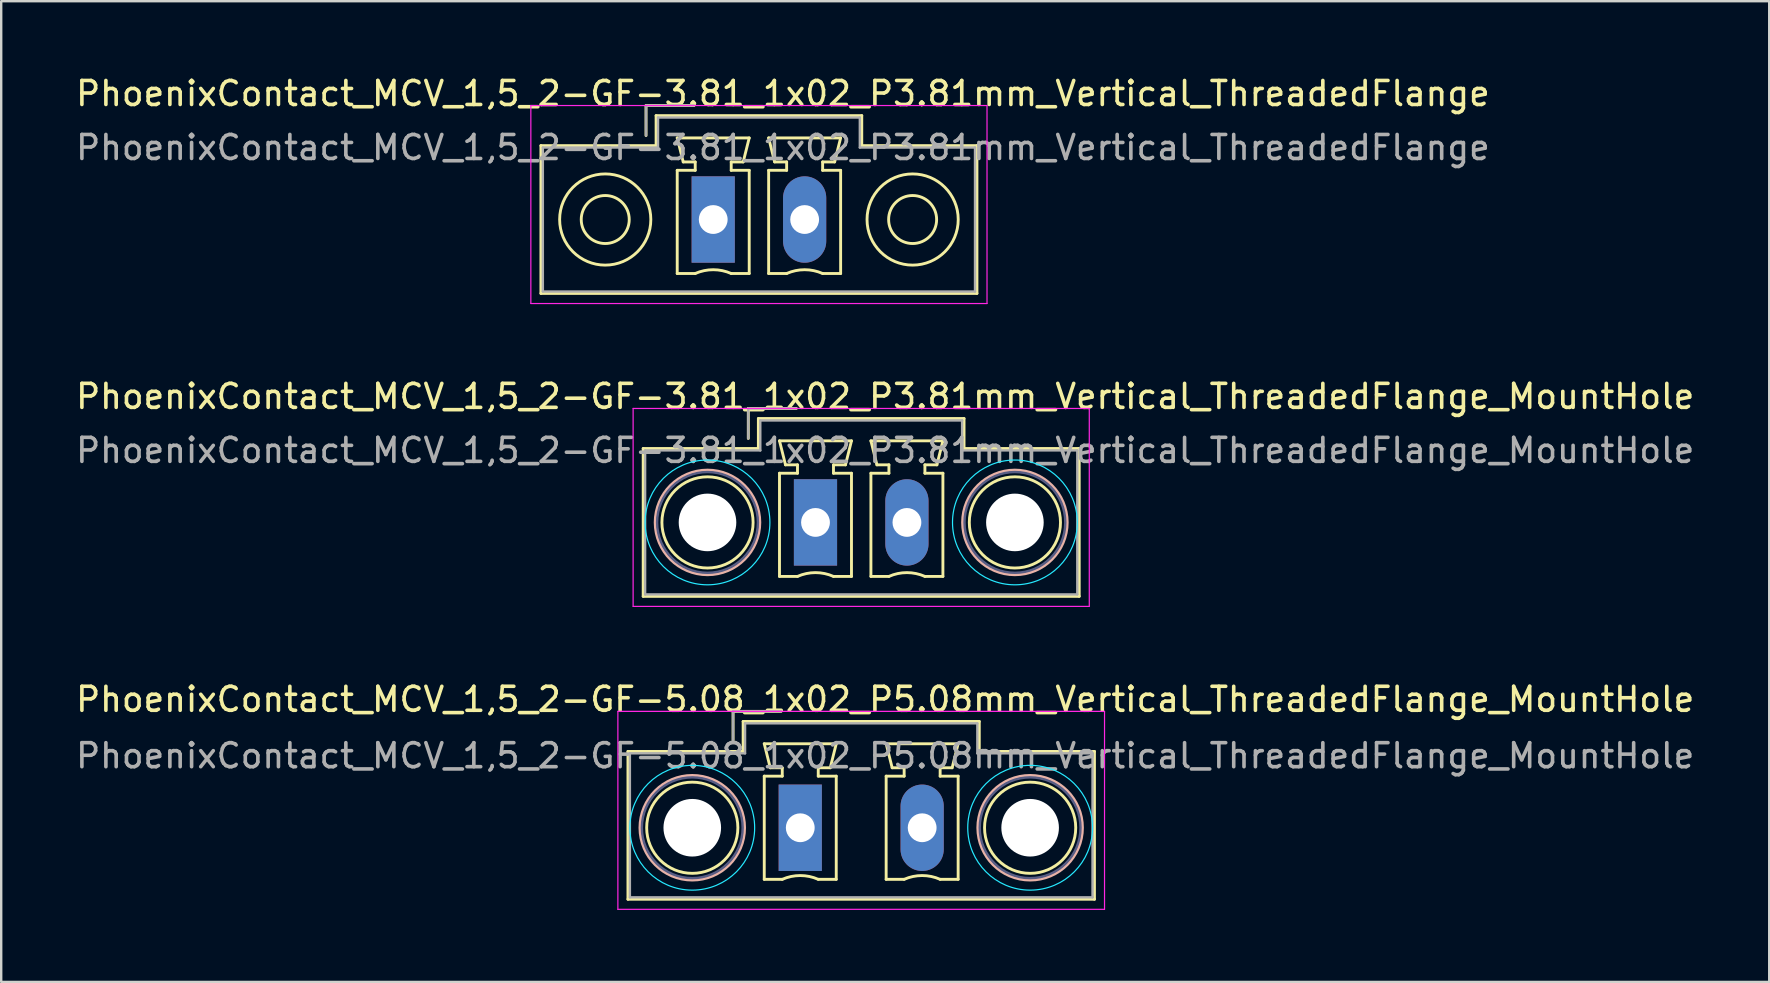
<source format=kicad_pcb>
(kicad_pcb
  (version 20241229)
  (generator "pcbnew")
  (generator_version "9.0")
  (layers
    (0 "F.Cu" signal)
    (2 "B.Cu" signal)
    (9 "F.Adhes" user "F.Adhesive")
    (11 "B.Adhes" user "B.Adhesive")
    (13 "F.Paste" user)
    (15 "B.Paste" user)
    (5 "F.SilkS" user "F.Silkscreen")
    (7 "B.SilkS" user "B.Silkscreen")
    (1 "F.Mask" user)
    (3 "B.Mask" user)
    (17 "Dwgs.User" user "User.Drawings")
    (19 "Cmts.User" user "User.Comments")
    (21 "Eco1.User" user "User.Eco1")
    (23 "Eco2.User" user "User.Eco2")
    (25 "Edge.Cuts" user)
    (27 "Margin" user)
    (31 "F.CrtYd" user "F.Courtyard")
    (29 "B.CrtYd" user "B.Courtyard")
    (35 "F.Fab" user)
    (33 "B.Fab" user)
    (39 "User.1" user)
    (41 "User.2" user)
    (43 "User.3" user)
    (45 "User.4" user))
  (footprint "PhoenixContact_MCV_1,5_2-GF-3.81_1x02_P3.81mm_Vertical_ThreadedFlange_MountHole"
    (layer "F.Cu")
    (at 30.934 18.721)
    (property "Reference" "PhoenixContact_MCV_1,5_2-GF-3.81_1x02_P3.81mm_Vertical_ThreadedFlange_MountHole" (at 2.905 -5.25 0) (layer "F.SilkS") (effects (font (size 1 1) (thickness 0.15))))
    (attr through_hole)
    (fp_line (start -7.18 -3.08) (end -7.18 3.08) (stroke (width 0.12) (type solid)) (layer "F.SilkS"))
    (fp_line (start -7.18 3.08) (end 10.99 3.08) (stroke (width 0.12) (type solid)) (layer "F.SilkS"))
    (fp_line (start -2.8 -4.75) (end -0.8 -4.75) (stroke (width 0.12) (type solid)) (layer "F.SilkS"))
    (fp_line (start -2.8 -3.5) (end -2.8 -4.75) (stroke (width 0.12) (type solid)) (layer "F.SilkS"))
    (fp_line (start -2.38 -4.33) (end -2.38 -3.08) (stroke (width 0.12) (type solid)) (layer "F.SilkS"))
    (fp_line (start -2.38 -3.08) (end -7.18 -3.08) (stroke (width 0.12) (type solid)) (layer "F.SilkS"))
    (fp_line (start -1.5 -3.4) (end 1.5 -3.4) (stroke (width 0.12) (type solid)) (layer "F.SilkS"))
    (fp_line (start -1.5 -2.05) (end -0.75 -2.05) (stroke (width 0.12) (type solid)) (layer "F.SilkS"))
    (fp_line (start -1.5 2.25) (end -1.5 -2.05) (stroke (width 0.12) (type solid)) (layer "F.SilkS"))
    (fp_line (start -1.25 -2.4) (end -1.5 -3.4) (stroke (width 0.12) (type solid)) (layer "F.SilkS"))
    (fp_line (start -0.75 -2.4) (end -1.25 -2.4) (stroke (width 0.12) (type solid)) (layer "F.SilkS"))
    (fp_line (start -0.75 -2.05) (end -0.75 -2.4) (stroke (width 0.12) (type solid)) (layer "F.SilkS"))
    (fp_line (start -0.75 2.25) (end -1.5 2.25) (stroke (width 0.12) (type solid)) (layer "F.SilkS"))
    (fp_line (start 0.75 -2.4) (end 0.75 -2.05) (stroke (width 0.12) (type solid)) (layer "F.SilkS"))
    (fp_line (start 0.75 -2.05) (end 1.5 -2.05) (stroke (width 0.12) (type solid)) (layer "F.SilkS"))
    (fp_line (start 1.25 -2.4) (end 0.75 -2.4) (stroke (width 0.12) (type solid)) (layer "F.SilkS"))
    (fp_line (start 1.5 -3.4) (end 1.25 -2.4) (stroke (width 0.12) (type solid)) (layer "F.SilkS"))
    (fp_line (start 1.5 -2.05) (end 1.5 2.25) (stroke (width 0.12) (type solid)) (layer "F.SilkS"))
    (fp_line (start 1.5 2.25) (end 0.75 2.25) (stroke (width 0.12) (type solid)) (layer "F.SilkS"))
    (fp_line (start 2.31 -3.4) (end 5.31 -3.4) (stroke (width 0.12) (type solid)) (layer "F.SilkS"))
    (fp_line (start 2.31 -2.05) (end 3.06 -2.05) (stroke (width 0.12) (type solid)) (layer "F.SilkS"))
    (fp_line (start 2.31 2.25) (end 2.31 -2.05) (stroke (width 0.12) (type solid)) (layer "F.SilkS"))
    (fp_line (start 2.56 -2.4) (end 2.31 -3.4) (stroke (width 0.12) (type solid)) (layer "F.SilkS"))
    (fp_line (start 3.06 -2.4) (end 2.56 -2.4) (stroke (width 0.12) (type solid)) (layer "F.SilkS"))
    (fp_line (start 3.06 -2.05) (end 3.06 -2.4) (stroke (width 0.12) (type solid)) (layer "F.SilkS"))
    (fp_line (start 3.06 2.25) (end 2.31 2.25) (stroke (width 0.12) (type solid)) (layer "F.SilkS"))
    (fp_line (start 4.56 -2.4) (end 4.56 -2.05) (stroke (width 0.12) (type solid)) (layer "F.SilkS"))
    (fp_line (start 4.56 -2.05) (end 5.31 -2.05) (stroke (width 0.12) (type solid)) (layer "F.SilkS"))
    (fp_line (start 5.06 -2.4) (end 4.56 -2.4) (stroke (width 0.12) (type solid)) (layer "F.SilkS"))
    (fp_line (start 5.31 -3.4) (end 5.06 -2.4) (stroke (width 0.12) (type solid)) (layer "F.SilkS"))
    (fp_line (start 5.31 -2.05) (end 5.31 2.25) (stroke (width 0.12) (type solid)) (layer "F.SilkS"))
    (fp_line (start 5.31 2.25) (end 4.56 2.25) (stroke (width 0.12) (type solid)) (layer "F.SilkS"))
    (fp_line (start 6.19 -4.33) (end -2.38 -4.33) (stroke (width 0.12) (type solid)) (layer "F.SilkS"))
    (fp_line (start 6.19 -3.08) (end 6.19 -4.33) (stroke (width 0.12) (type solid)) (layer "F.SilkS"))
    (fp_line (start 10.99 -3.08) (end 6.19 -3.08) (stroke (width 0.12) (type solid)) (layer "F.SilkS"))
    (fp_line (start 10.99 3.08) (end 10.99 -3.08) (stroke (width 0.12) (type solid)) (layer "F.SilkS"))
    (fp_arc (start -0.75 2.25) (mid -0.000193 2.09191) (end 0.749647 2.249844) (stroke (width 0.12) (type solid)) (layer "F.SilkS"))
    (fp_arc (start 3.06 2.25) (mid 3.809807 2.09191) (end 4.559647 2.249844) (stroke (width 0.12) (type solid)) (layer "F.SilkS"))
    (fp_circle (center -4.5 0) (end -2.6 0) (stroke (width 0.12) (type solid)) (fill no) (layer "F.SilkS"))
    (fp_circle (center 8.31 0) (end 10.21 0) (stroke (width 0.12) (type solid)) (fill no) (layer "F.SilkS"))
    (fp_circle (center -4.5 0) (end -2.32 0) (stroke (width 0.12) (type solid)) (fill no) (layer "B.SilkS"))
    (fp_circle (center 8.31 0) (end 10.49 0) (stroke (width 0.12) (type solid)) (fill no) (layer "B.SilkS"))
    (fp_circle (center -4.5 0) (end -1.9 0) (stroke (width 0.05) (type solid)) (fill no) (layer "B.CrtYd"))
    (fp_circle (center 8.31 0) (end 10.91 0) (stroke (width 0.05) (type solid)) (fill no) (layer "B.CrtYd"))
    (fp_line (start -7.6 -4.75) (end -7.6 3.5) (stroke (width 0.05) (type solid)) (layer "F.CrtYd"))
    (fp_line (start -7.6 3.5) (end 11.41 3.5) (stroke (width 0.05) (type solid)) (layer "F.CrtYd"))
    (fp_line (start 11.41 -4.75) (end -7.6 -4.75) (stroke (width 0.05) (type solid)) (layer "F.CrtYd"))
    (fp_line (start 11.41 3.5) (end 11.41 -4.75) (stroke (width 0.05) (type solid)) (layer "F.CrtYd"))
    (fp_circle (center -4.5 0) (end -2.4 0) (stroke (width 0.1) (type solid)) (fill no) (layer "B.Fab"))
    (fp_circle (center 8.31 0) (end 10.41 0) (stroke (width 0.1) (type solid)) (fill no) (layer "B.Fab"))
    (fp_line (start -7.1 -3) (end -7.1 3) (stroke (width 0.1) (type solid)) (layer "F.Fab"))
    (fp_line (start -7.1 3) (end 10.91 3) (stroke (width 0.1) (type solid)) (layer "F.Fab"))
    (fp_line (start -2.8 -4.75) (end -0.8 -4.75) (stroke (width 0.1) (type solid)) (layer "F.Fab"))
    (fp_line (start -2.8 -3.5) (end -2.8 -4.75) (stroke (width 0.1) (type solid)) (layer "F.Fab"))
    (fp_line (start -2.3 -4.25) (end -2.3 -3) (stroke (width 0.1) (type solid)) (layer "F.Fab"))
    (fp_line (start -2.3 -3) (end -7.1 -3) (stroke (width 0.1) (type solid)) (layer "F.Fab"))
    (fp_line (start 6.11 -4.25) (end -2.3 -4.25) (stroke (width 0.1) (type solid)) (layer "F.Fab"))
    (fp_line (start 6.11 -3) (end 6.11 -4.25) (stroke (width 0.1) (type solid)) (layer "F.Fab"))
    (fp_line (start 10.91 -3) (end 6.11 -3) (stroke (width 0.1) (type solid)) (layer "F.Fab"))
    (fp_line (start 10.91 3) (end 10.91 -3) (stroke (width 0.1) (type solid)) (layer "F.Fab"))
    (fp_text user "${REFERENCE}" (at 2.905 -3 0) (layer "F.Fab") (effects (font (size 1 1) (thickness 0.15))))
    (pad "" np_thru_hole circle (at -4.5 0) (size 2.4 2.4) (drill 2.4) (layers "*.Cu" "*.Mask"))
    (pad "" np_thru_hole circle (at 8.31 0) (size 2.4 2.4) (drill 2.4) (layers "*.Cu" "*.Mask"))
    (pad "1" thru_hole rect (at 0 0) (size 1.8 3.6) (drill 1.2) (layers "*.Cu" "*.Mask"))
    (pad "2" thru_hole oval (at 3.81 0) (size 1.8 3.6) (drill 1.2) (layers "*.Cu" "*.Mask")))
  (footprint "PhoenixContact_MCV_1,5_2-GF-5.08_1x02_P5.08mm_Vertical_ThreadedFlange_MountHole"
    (layer "F.Cu")
    (at 30.299 31.445)
    (property "Reference" "PhoenixContact_MCV_1,5_2-GF-5.08_1x02_P5.08mm_Vertical_ThreadedFlange_MountHole" (at 3.54 -5.35 0) (layer "F.SilkS") (effects (font (size 1 1) (thickness 0.15))))
    (attr through_hole)
    (fp_line (start -7.18 -3.18) (end -7.18 2.98) (stroke (width 0.12) (type solid)) (layer "F.SilkS"))
    (fp_line (start -7.18 2.98) (end 12.26 2.98) (stroke (width 0.12) (type solid)) (layer "F.SilkS"))
    (fp_line (start -2.8 -4.85) (end -0.8 -4.85) (stroke (width 0.12) (type solid)) (layer "F.SilkS"))
    (fp_line (start -2.8 -3.6) (end -2.8 -4.85) (stroke (width 0.12) (type solid)) (layer "F.SilkS"))
    (fp_line (start -2.38 -4.43) (end -2.38 -3.18) (stroke (width 0.12) (type solid)) (layer "F.SilkS"))
    (fp_line (start -2.38 -3.18) (end -7.18 -3.18) (stroke (width 0.12) (type solid)) (layer "F.SilkS"))
    (fp_line (start -1.5 -3.5) (end 1.5 -3.5) (stroke (width 0.12) (type solid)) (layer "F.SilkS"))
    (fp_line (start -1.5 -2.15) (end -0.75 -2.15) (stroke (width 0.12) (type solid)) (layer "F.SilkS"))
    (fp_line (start -1.5 2.15) (end -1.5 -2.15) (stroke (width 0.12) (type solid)) (layer "F.SilkS"))
    (fp_line (start -1.25 -2.5) (end -1.5 -3.5) (stroke (width 0.12) (type solid)) (layer "F.SilkS"))
    (fp_line (start -0.75 -2.5) (end -1.25 -2.5) (stroke (width 0.12) (type solid)) (layer "F.SilkS"))
    (fp_line (start -0.75 -2.15) (end -0.75 -2.5) (stroke (width 0.12) (type solid)) (layer "F.SilkS"))
    (fp_line (start -0.75 2.15) (end -1.5 2.15) (stroke (width 0.12) (type solid)) (layer "F.SilkS"))
    (fp_line (start 0.75 -2.5) (end 0.75 -2.15) (stroke (width 0.12) (type solid)) (layer "F.SilkS"))
    (fp_line (start 0.75 -2.15) (end 1.5 -2.15) (stroke (width 0.12) (type solid)) (layer "F.SilkS"))
    (fp_line (start 1.25 -2.5) (end 0.75 -2.5) (stroke (width 0.12) (type solid)) (layer "F.SilkS"))
    (fp_line (start 1.5 -3.5) (end 1.25 -2.5) (stroke (width 0.12) (type solid)) (layer "F.SilkS"))
    (fp_line (start 1.5 -2.15) (end 1.5 2.15) (stroke (width 0.12) (type solid)) (layer "F.SilkS"))
    (fp_line (start 1.5 2.15) (end 0.75 2.15) (stroke (width 0.12) (type solid)) (layer "F.SilkS"))
    (fp_line (start 3.58 -3.5) (end 6.58 -3.5) (stroke (width 0.12) (type solid)) (layer "F.SilkS"))
    (fp_line (start 3.58 -2.15) (end 4.33 -2.15) (stroke (width 0.12) (type solid)) (layer "F.SilkS"))
    (fp_line (start 3.58 2.15) (end 3.58 -2.15) (stroke (width 0.12) (type solid)) (layer "F.SilkS"))
    (fp_line (start 3.83 -2.5) (end 3.58 -3.5) (stroke (width 0.12) (type solid)) (layer "F.SilkS"))
    (fp_line (start 4.33 -2.5) (end 3.83 -2.5) (stroke (width 0.12) (type solid)) (layer "F.SilkS"))
    (fp_line (start 4.33 -2.15) (end 4.33 -2.5) (stroke (width 0.12) (type solid)) (layer "F.SilkS"))
    (fp_line (start 4.33 2.15) (end 3.58 2.15) (stroke (width 0.12) (type solid)) (layer "F.SilkS"))
    (fp_line (start 5.83 -2.5) (end 5.83 -2.15) (stroke (width 0.12) (type solid)) (layer "F.SilkS"))
    (fp_line (start 5.83 -2.15) (end 6.58 -2.15) (stroke (width 0.12) (type solid)) (layer "F.SilkS"))
    (fp_line (start 6.33 -2.5) (end 5.83 -2.5) (stroke (width 0.12) (type solid)) (layer "F.SilkS"))
    (fp_line (start 6.58 -3.5) (end 6.33 -2.5) (stroke (width 0.12) (type solid)) (layer "F.SilkS"))
    (fp_line (start 6.58 -2.15) (end 6.58 2.15) (stroke (width 0.12) (type solid)) (layer "F.SilkS"))
    (fp_line (start 6.58 2.15) (end 5.83 2.15) (stroke (width 0.12) (type solid)) (layer "F.SilkS"))
    (fp_line (start 7.46 -4.43) (end -2.38 -4.43) (stroke (width 0.12) (type solid)) (layer "F.SilkS"))
    (fp_line (start 7.46 -3.18) (end 7.46 -4.43) (stroke (width 0.12) (type solid)) (layer "F.SilkS"))
    (fp_line (start 12.26 -3.18) (end 7.46 -3.18) (stroke (width 0.12) (type solid)) (layer "F.SilkS"))
    (fp_line (start 12.26 2.98) (end 12.26 -3.18) (stroke (width 0.12) (type solid)) (layer "F.SilkS"))
    (fp_arc (start -0.75 2.15) (mid -0.000193 1.99191) (end 0.749647 2.149844) (stroke (width 0.12) (type solid)) (layer "F.SilkS"))
    (fp_arc (start 4.33 2.15) (mid 5.079807 1.99191) (end 5.829647 2.149844) (stroke (width 0.12) (type solid)) (layer "F.SilkS"))
    (fp_circle (center -4.5 0) (end -2.6 0) (stroke (width 0.12) (type solid)) (fill no) (layer "F.SilkS"))
    (fp_circle (center 9.58 0) (end 11.48 0) (stroke (width 0.12) (type solid)) (fill no) (layer "F.SilkS"))
    (fp_circle (center -4.5 0) (end -2.32 0) (stroke (width 0.12) (type solid)) (fill no) (layer "B.SilkS"))
    (fp_circle (center 9.58 0) (end 11.76 0) (stroke (width 0.12) (type solid)) (fill no) (layer "B.SilkS"))
    (fp_circle (center -4.5 0) (end -1.9 0) (stroke (width 0.05) (type solid)) (fill no) (layer "B.CrtYd"))
    (fp_circle (center 9.58 0) (end 12.18 0) (stroke (width 0.05) (type solid)) (fill no) (layer "B.CrtYd"))
    (fp_line (start -7.6 -4.85) (end -7.6 3.4) (stroke (width 0.05) (type solid)) (layer "F.CrtYd"))
    (fp_line (start -7.6 3.4) (end 12.68 3.4) (stroke (width 0.05) (type solid)) (layer "F.CrtYd"))
    (fp_line (start 12.68 -4.85) (end -7.6 -4.85) (stroke (width 0.05) (type solid)) (layer "F.CrtYd"))
    (fp_line (start 12.68 3.4) (end 12.68 -4.85) (stroke (width 0.05) (type solid)) (layer "F.CrtYd"))
    (fp_circle (center -4.5 0) (end -2.4 0) (stroke (width 0.1) (type solid)) (fill no) (layer "B.Fab"))
    (fp_circle (center 9.58 0) (end 11.68 0) (stroke (width 0.1) (type solid)) (fill no) (layer "B.Fab"))
    (fp_line (start -7.1 -3.1) (end -7.1 2.9) (stroke (width 0.1) (type solid)) (layer "F.Fab"))
    (fp_line (start -7.1 2.9) (end 12.18 2.9) (stroke (width 0.1) (type solid)) (layer "F.Fab"))
    (fp_line (start -2.8 -4.85) (end -0.8 -4.85) (stroke (width 0.1) (type solid)) (layer "F.Fab"))
    (fp_line (start -2.8 -3.6) (end -2.8 -4.85) (stroke (width 0.1) (type solid)) (layer "F.Fab"))
    (fp_line (start -2.3 -4.35) (end -2.3 -3.1) (stroke (width 0.1) (type solid)) (layer "F.Fab"))
    (fp_line (start -2.3 -3.1) (end -7.1 -3.1) (stroke (width 0.1) (type solid)) (layer "F.Fab"))
    (fp_line (start 7.38 -4.35) (end -2.3 -4.35) (stroke (width 0.1) (type solid)) (layer "F.Fab"))
    (fp_line (start 7.38 -3.1) (end 7.38 -4.35) (stroke (width 0.1) (type solid)) (layer "F.Fab"))
    (fp_line (start 12.18 -3.1) (end 7.38 -3.1) (stroke (width 0.1) (type solid)) (layer "F.Fab"))
    (fp_line (start 12.18 2.9) (end 12.18 -3.1) (stroke (width 0.1) (type solid)) (layer "F.Fab"))
    (fp_text user "${REFERENCE}" (at 3.54 -3 0) (layer "F.Fab") (effects (font (size 1 1) (thickness 0.15))))
    (pad "" np_thru_hole circle (at -4.5 0) (size 2.4 2.4) (drill 2.4) (layers "*.Cu" "*.Mask"))
    (pad "" np_thru_hole circle (at 9.58 0) (size 2.4 2.4) (drill 2.4) (layers "*.Cu" "*.Mask"))
    (pad "1" thru_hole rect (at 0 0) (size 1.8 3.6) (drill 1.2) (layers "*.Cu" "*.Mask"))
    (pad "2" thru_hole oval (at 5.08 0) (size 1.8 3.6) (drill 1.2) (layers "*.Cu" "*.Mask")))
  (footprint "PhoenixContact_MCV_1,5_2-GF-3.81_1x02_P3.81mm_Vertical_ThreadedFlange"
    (layer "F.Cu")
    (at 26.672 6.098)
    (property "Reference" "PhoenixContact_MCV_1,5_2-GF-3.81_1x02_P3.81mm_Vertical_ThreadedFlange" (at 2.905 -5.25 0) (layer "F.SilkS") (effects (font (size 1 1) (thickness 0.15))))
    (attr through_hole)
    (fp_line (start -7.18 -3.08) (end -7.18 3.08) (stroke (width 0.12) (type solid)) (layer "F.SilkS"))
    (fp_line (start -7.18 3.08) (end 10.99 3.08) (stroke (width 0.12) (type solid)) (layer "F.SilkS"))
    (fp_line (start -2.8 -4.75) (end -0.8 -4.75) (stroke (width 0.12) (type solid)) (layer "F.SilkS"))
    (fp_line (start -2.8 -3.5) (end -2.8 -4.75) (stroke (width 0.12) (type solid)) (layer "F.SilkS"))
    (fp_line (start -2.38 -4.33) (end -2.38 -3.08) (stroke (width 0.12) (type solid)) (layer "F.SilkS"))
    (fp_line (start -2.38 -3.08) (end -7.18 -3.08) (stroke (width 0.12) (type solid)) (layer "F.SilkS"))
    (fp_line (start -1.5 -3.4) (end 1.5 -3.4) (stroke (width 0.12) (type solid)) (layer "F.SilkS"))
    (fp_line (start -1.5 -2.05) (end -0.75 -2.05) (stroke (width 0.12) (type solid)) (layer "F.SilkS"))
    (fp_line (start -1.5 2.25) (end -1.5 -2.05) (stroke (width 0.12) (type solid)) (layer "F.SilkS"))
    (fp_line (start -1.25 -2.4) (end -1.5 -3.4) (stroke (width 0.12) (type solid)) (layer "F.SilkS"))
    (fp_line (start -0.75 -2.4) (end -1.25 -2.4) (stroke (width 0.12) (type solid)) (layer "F.SilkS"))
    (fp_line (start -0.75 -2.05) (end -0.75 -2.4) (stroke (width 0.12) (type solid)) (layer "F.SilkS"))
    (fp_line (start -0.75 2.25) (end -1.5 2.25) (stroke (width 0.12) (type solid)) (layer "F.SilkS"))
    (fp_line (start 0.75 -2.4) (end 0.75 -2.05) (stroke (width 0.12) (type solid)) (layer "F.SilkS"))
    (fp_line (start 0.75 -2.05) (end 1.5 -2.05) (stroke (width 0.12) (type solid)) (layer "F.SilkS"))
    (fp_line (start 1.25 -2.4) (end 0.75 -2.4) (stroke (width 0.12) (type solid)) (layer "F.SilkS"))
    (fp_line (start 1.5 -3.4) (end 1.25 -2.4) (stroke (width 0.12) (type solid)) (layer "F.SilkS"))
    (fp_line (start 1.5 -2.05) (end 1.5 2.25) (stroke (width 0.12) (type solid)) (layer "F.SilkS"))
    (fp_line (start 1.5 2.25) (end 0.75 2.25) (stroke (width 0.12) (type solid)) (layer "F.SilkS"))
    (fp_line (start 2.31 -3.4) (end 5.31 -3.4) (stroke (width 0.12) (type solid)) (layer "F.SilkS"))
    (fp_line (start 2.31 -2.05) (end 3.06 -2.05) (stroke (width 0.12) (type solid)) (layer "F.SilkS"))
    (fp_line (start 2.31 2.25) (end 2.31 -2.05) (stroke (width 0.12) (type solid)) (layer "F.SilkS"))
    (fp_line (start 2.56 -2.4) (end 2.31 -3.4) (stroke (width 0.12) (type solid)) (layer "F.SilkS"))
    (fp_line (start 3.06 -2.4) (end 2.56 -2.4) (stroke (width 0.12) (type solid)) (layer "F.SilkS"))
    (fp_line (start 3.06 -2.05) (end 3.06 -2.4) (stroke (width 0.12) (type solid)) (layer "F.SilkS"))
    (fp_line (start 3.06 2.25) (end 2.31 2.25) (stroke (width 0.12) (type solid)) (layer "F.SilkS"))
    (fp_line (start 4.56 -2.4) (end 4.56 -2.05) (stroke (width 0.12) (type solid)) (layer "F.SilkS"))
    (fp_line (start 4.56 -2.05) (end 5.31 -2.05) (stroke (width 0.12) (type solid)) (layer "F.SilkS"))
    (fp_line (start 5.06 -2.4) (end 4.56 -2.4) (stroke (width 0.12) (type solid)) (layer "F.SilkS"))
    (fp_line (start 5.31 -3.4) (end 5.06 -2.4) (stroke (width 0.12) (type solid)) (layer "F.SilkS"))
    (fp_line (start 5.31 -2.05) (end 5.31 2.25) (stroke (width 0.12) (type solid)) (layer "F.SilkS"))
    (fp_line (start 5.31 2.25) (end 4.56 2.25) (stroke (width 0.12) (type solid)) (layer "F.SilkS"))
    (fp_line (start 6.19 -4.33) (end -2.38 -4.33) (stroke (width 0.12) (type solid)) (layer "F.SilkS"))
    (fp_line (start 6.19 -3.08) (end 6.19 -4.33) (stroke (width 0.12) (type solid)) (layer "F.SilkS"))
    (fp_line (start 10.99 -3.08) (end 6.19 -3.08) (stroke (width 0.12) (type solid)) (layer "F.SilkS"))
    (fp_line (start 10.99 3.08) (end 10.99 -3.08) (stroke (width 0.12) (type solid)) (layer "F.SilkS"))
    (fp_arc (start -0.75 2.25) (mid -0.000193 2.09191) (end 0.749647 2.249844) (stroke (width 0.12) (type solid)) (layer "F.SilkS"))
    (fp_arc (start 3.06 2.25) (mid 3.809807 2.09191) (end 4.559647 2.249844) (stroke (width 0.12) (type solid)) (layer "F.SilkS"))
    (fp_circle (center -4.5 0) (end -3.5 0) (stroke (width 0.12) (type solid)) (fill no) (layer "F.SilkS"))
    (fp_circle (center -4.5 0) (end -2.6 0) (stroke (width 0.12) (type solid)) (fill no) (layer "F.SilkS"))
    (fp_circle (center 8.31 0) (end 9.31 0) (stroke (width 0.12) (type solid)) (fill no) (layer "F.SilkS"))
    (fp_circle (center 8.31 0) (end 10.21 0) (stroke (width 0.12) (type solid)) (fill no) (layer "F.SilkS"))
    (fp_line (start -7.6 -4.75) (end -7.6 3.5) (stroke (width 0.05) (type solid)) (layer "F.CrtYd"))
    (fp_line (start -7.6 3.5) (end 11.41 3.5) (stroke (width 0.05) (type solid)) (layer "F.CrtYd"))
    (fp_line (start 11.41 -4.75) (end -7.6 -4.75) (stroke (width 0.05) (type solid)) (layer "F.CrtYd"))
    (fp_line (start 11.41 3.5) (end 11.41 -4.75) (stroke (width 0.05) (type solid)) (layer "F.CrtYd"))
    (fp_line (start -7.1 -3) (end -7.1 3) (stroke (width 0.1) (type solid)) (layer "F.Fab"))
    (fp_line (start -7.1 3) (end 10.91 3) (stroke (width 0.1) (type solid)) (layer "F.Fab"))
    (fp_line (start -2.8 -4.75) (end -0.8 -4.75) (stroke (width 0.1) (type solid)) (layer "F.Fab"))
    (fp_line (start -2.8 -3.5) (end -2.8 -4.75) (stroke (width 0.1) (type solid)) (layer "F.Fab"))
    (fp_line (start -2.3 -4.25) (end -2.3 -3) (stroke (width 0.1) (type solid)) (layer "F.Fab"))
    (fp_line (start -2.3 -3) (end -7.1 -3) (stroke (width 0.1) (type solid)) (layer "F.Fab"))
    (fp_line (start 6.11 -4.25) (end -2.3 -4.25) (stroke (width 0.1) (type solid)) (layer "F.Fab"))
    (fp_line (start 6.11 -3) (end 6.11 -4.25) (stroke (width 0.1) (type solid)) (layer "F.Fab"))
    (fp_line (start 10.91 -3) (end 6.11 -3) (stroke (width 0.1) (type solid)) (layer "F.Fab"))
    (fp_line (start 10.91 3) (end 10.91 -3) (stroke (width 0.1) (type solid)) (layer "F.Fab"))
    (fp_text user "${REFERENCE}" (at 2.905 -3 0) (layer "F.Fab") (effects (font (size 1 1) (thickness 0.15))))
    (pad "1" thru_hole rect (at 0 0) (size 1.8 3.6) (drill 1.2) (layers "*.Cu" "*.Mask"))
    (pad "2" thru_hole oval (at 3.81 0) (size 1.8 3.6) (drill 1.2) (layers "*.Cu" "*.Mask")))
  (gr_rect
    (start -3 -3)
    (end 70.679 37.87)
    (stroke (width 0.1) (type default))
    (fill no)
    (layer "Edge.Cuts")))
</source>
